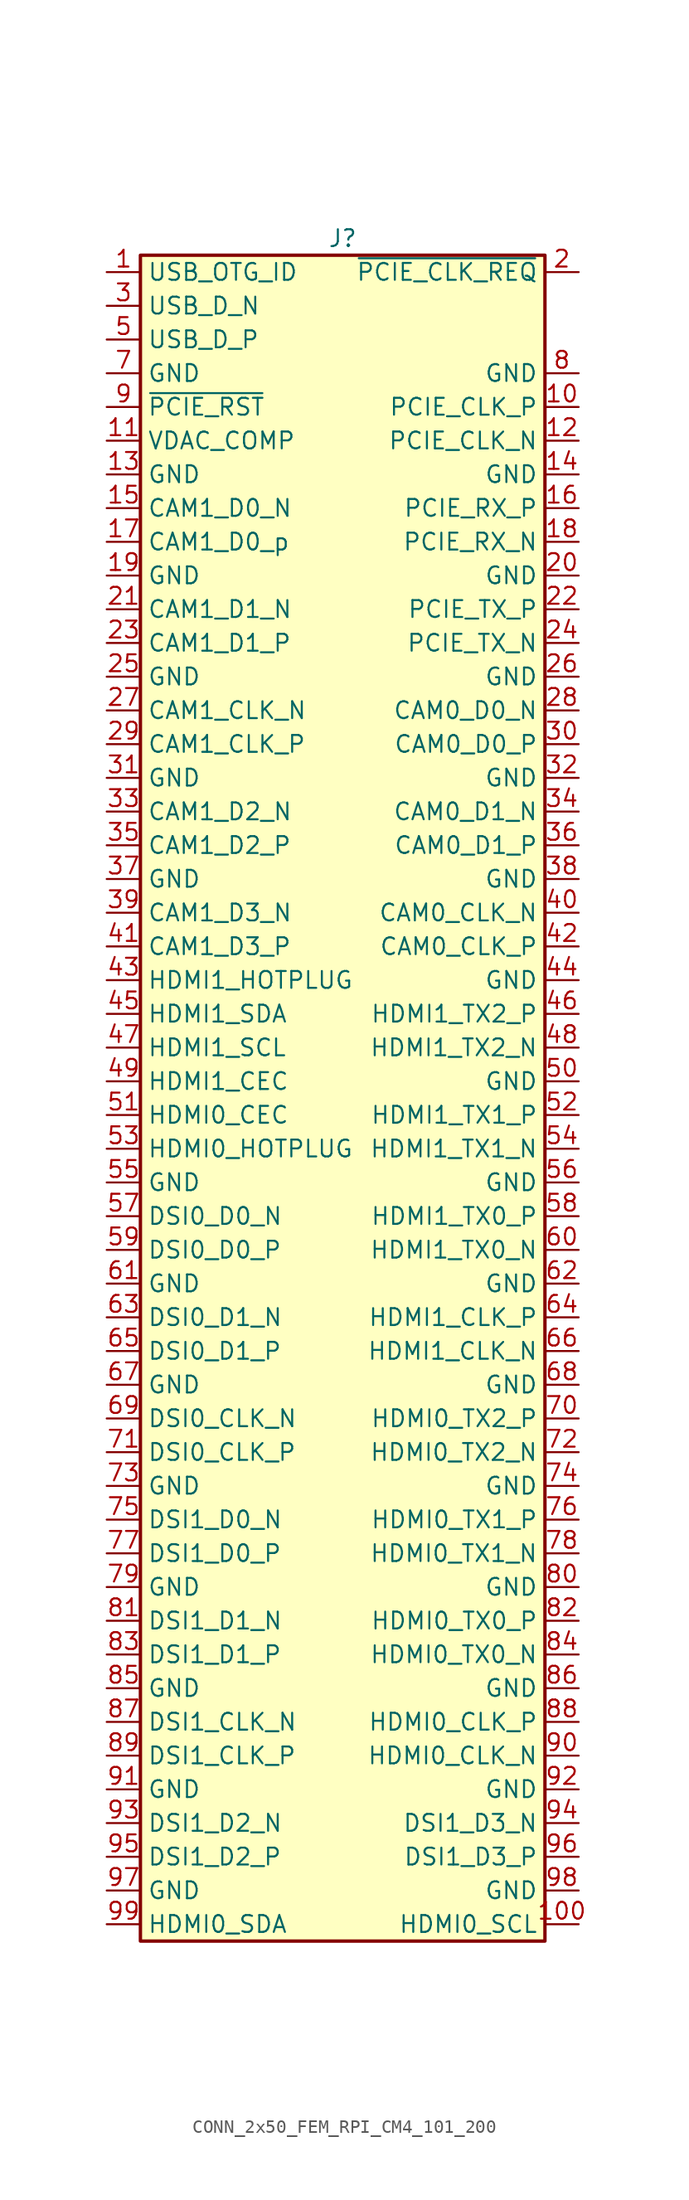
<source format=kicad_sym>
(kicad_symbol_lib
  (version 20211014)
  (generator kicad_symbol_editor)
  (symbol "CONN_2x50_FEM_RPI_CM4_101_200"
    (property "Reference" "J"
      (at 0 63.5 0)
      (effects (font (size 1.27 1.27))))
    (symbol "CONN_2x50_FEM_RPI_CM4_101_200_1_1"
      (rectangle (start -15.24 62.23) (end 15.24 -64.77) (stroke (width 0.254) (type default) (color 0 0 0 0)) (fill (type background)))
      (pin input line (at -17.78 60.96 0) (length 2.54) (name "USB_OTG_ID" (effects (font (size 1.27 1.27)))) (number "1" (effects (font (size 1.27 1.27)))))
      (pin bidirectional line (at 17.78 50.8 180) (length 2.54) (name "PCIE_CLK_P" (effects (font (size 1.27 1.27)))) (number "10" (effects (font (size 1.27 1.27)))))
      (pin output line (at 17.78 -63.5 180) (length 2.54) (name "HDMI0_SCL" (effects (font (size 1.27 1.27)))) (number "100" (effects (font (size 1.27 1.27)))))
      (pin output line (at -17.78 48.26 0) (length 2.54) (name "VDAC_COMP" (effects (font (size 1.27 1.27)))) (number "11" (effects (font (size 1.27 1.27)))))
      (pin bidirectional line (at 17.78 48.26 180) (length 2.54) (name "PCIE_CLK_N" (effects (font (size 1.27 1.27)))) (number "12" (effects (font (size 1.27 1.27)))))
      (pin power_in line (at -17.78 45.72 0) (length 2.54) (name "GND" (effects (font (size 1.27 1.27)))) (number "13" (effects (font (size 1.27 1.27)))))
      (pin power_in line (at 17.78 45.72 180) (length 2.54) (name "GND" (effects (font (size 1.27 1.27)))) (number "14" (effects (font (size 1.27 1.27)))))
      (pin bidirectional line (at -17.78 43.18 0) (length 2.54) (name "CAM1_D0_N" (effects (font (size 1.27 1.27)))) (number "15" (effects (font (size 1.27 1.27)))))
      (pin bidirectional line (at 17.78 43.18 180) (length 2.54) (name "PCIE_RX_P" (effects (font (size 1.27 1.27)))) (number "16" (effects (font (size 1.27 1.27)))))
      (pin bidirectional line (at -17.78 40.64 0) (length 2.54) (name "CAM1_D0_p" (effects (font (size 1.27 1.27)))) (number "17" (effects (font (size 1.27 1.27)))))
      (pin bidirectional line (at 17.78 40.64 180) (length 2.54) (name "PCIE_RX_N" (effects (font (size 1.27 1.27)))) (number "18" (effects (font (size 1.27 1.27)))))
      (pin power_in line (at -17.78 38.1 0) (length 2.54) (name "GND" (effects (font (size 1.27 1.27)))) (number "19" (effects (font (size 1.27 1.27)))))
      (pin input line (at 17.78 60.96 180) (length 2.54) (name "~{PCIE_CLK_REQ}" (effects (font (size 1.27 1.27)))) (number "2" (effects (font (size 1.27 1.27)))))
      (pin power_in line (at 17.78 38.1 180) (length 2.54) (name "GND" (effects (font (size 1.27 1.27)))) (number "20" (effects (font (size 1.27 1.27)))))
      (pin bidirectional line (at -17.78 35.56 0) (length 2.54) (name "CAM1_D1_N" (effects (font (size 1.27 1.27)))) (number "21" (effects (font (size 1.27 1.27)))))
      (pin bidirectional line (at 17.78 35.56 180) (length 2.54) (name "PCIE_TX_P" (effects (font (size 1.27 1.27)))) (number "22" (effects (font (size 1.27 1.27)))))
      (pin bidirectional line (at -17.78 33.02 0) (length 2.54) (name "CAM1_D1_P" (effects (font (size 1.27 1.27)))) (number "23" (effects (font (size 1.27 1.27)))))
      (pin bidirectional line (at 17.78 33.02 180) (length 2.54) (name "PCIE_TX_N" (effects (font (size 1.27 1.27)))) (number "24" (effects (font (size 1.27 1.27)))))
      (pin power_in line (at -17.78 30.48 0) (length 2.54) (name "GND" (effects (font (size 1.27 1.27)))) (number "25" (effects (font (size 1.27 1.27)))))
      (pin power_in line (at 17.78 30.48 180) (length 2.54) (name "GND" (effects (font (size 1.27 1.27)))) (number "26" (effects (font (size 1.27 1.27)))))
      (pin bidirectional line (at -17.78 27.94 0) (length 2.54) (name "CAM1_CLK_N" (effects (font (size 1.27 1.27)))) (number "27" (effects (font (size 1.27 1.27)))))
      (pin bidirectional line (at 17.78 27.94 180) (length 2.54) (name "CAM0_D0_N" (effects (font (size 1.27 1.27)))) (number "28" (effects (font (size 1.27 1.27)))))
      (pin bidirectional line (at -17.78 25.4 0) (length 2.54) (name "CAM1_CLK_P" (effects (font (size 1.27 1.27)))) (number "29" (effects (font (size 1.27 1.27)))))
      (pin bidirectional line (at -17.78 58.42 0) (length 2.54) (name "USB_D_N" (effects (font (size 1.27 1.27)))) (number "3" (effects (font (size 1.27 1.27)))))
      (pin bidirectional line (at 17.78 25.4 180) (length 2.54) (name "CAM0_D0_P" (effects (font (size 1.27 1.27)))) (number "30" (effects (font (size 1.27 1.27)))))
      (pin power_in line (at -17.78 22.86 0) (length 2.54) (name "GND" (effects (font (size 1.27 1.27)))) (number "31" (effects (font (size 1.27 1.27)))))
      (pin power_in line (at 17.78 22.86 180) (length 2.54) (name "GND" (effects (font (size 1.27 1.27)))) (number "32" (effects (font (size 1.27 1.27)))))
      (pin bidirectional line (at -17.78 20.32 0) (length 2.54) (name "CAM1_D2_N" (effects (font (size 1.27 1.27)))) (number "33" (effects (font (size 1.27 1.27)))))
      (pin bidirectional line (at 17.78 20.32 180) (length 2.54) (name "CAM0_D1_N" (effects (font (size 1.27 1.27)))) (number "34" (effects (font (size 1.27 1.27)))))
      (pin bidirectional line (at -17.78 17.78 0) (length 2.54) (name "CAM1_D2_P" (effects (font (size 1.27 1.27)))) (number "35" (effects (font (size 1.27 1.27)))))
      (pin bidirectional line (at 17.78 17.78 180) (length 2.54) (name "CAM0_D1_P" (effects (font (size 1.27 1.27)))) (number "36" (effects (font (size 1.27 1.27)))))
      (pin power_in line (at -17.78 15.24 0) (length 2.54) (name "GND" (effects (font (size 1.27 1.27)))) (number "37" (effects (font (size 1.27 1.27)))))
      (pin power_in line (at 17.78 15.24 180) (length 2.54) (name "GND" (effects (font (size 1.27 1.27)))) (number "38" (effects (font (size 1.27 1.27)))))
      (pin bidirectional line (at -17.78 12.7 0) (length 2.54) (name "CAM1_D3_N" (effects (font (size 1.27 1.27)))) (number "39" (effects (font (size 1.27 1.27)))))
      (pin no_connect line (at 17.78 58.42 180) (length 2.54) hide (name "RESERVED" (effects (font (size 1.27 1.27)))) (number "4" (effects (font (size 1.27 1.27)))))
      (pin bidirectional line (at 17.78 12.7 180) (length 2.54) (name "CAM0_CLK_N" (effects (font (size 1.27 1.27)))) (number "40" (effects (font (size 1.27 1.27)))))
      (pin bidirectional line (at -17.78 10.16 0) (length 2.54) (name "CAM1_D3_P" (effects (font (size 1.27 1.27)))) (number "41" (effects (font (size 1.27 1.27)))))
      (pin bidirectional line (at 17.78 10.16 180) (length 2.54) (name "CAM0_CLK_P" (effects (font (size 1.27 1.27)))) (number "42" (effects (font (size 1.27 1.27)))))
      (pin power_in line (at -17.78 7.62 0) (length 2.54) (name "HDMI1_HOTPLUG" (effects (font (size 1.27 1.27)))) (number "43" (effects (font (size 1.27 1.27)))))
      (pin power_in line (at 17.78 7.62 180) (length 2.54) (name "GND" (effects (font (size 1.27 1.27)))) (number "44" (effects (font (size 1.27 1.27)))))
      (pin bidirectional line (at -17.78 5.08 0) (length 2.54) (name "HDMI1_SDA" (effects (font (size 1.27 1.27)))) (number "45" (effects (font (size 1.27 1.27)))))
      (pin bidirectional line (at 17.78 5.08 180) (length 2.54) (name "HDMI1_TX2_P" (effects (font (size 1.27 1.27)))) (number "46" (effects (font (size 1.27 1.27)))))
      (pin output line (at -17.78 2.54 0) (length 2.54) (name "HDMI1_SCL" (effects (font (size 1.27 1.27)))) (number "47" (effects (font (size 1.27 1.27)))))
      (pin bidirectional line (at 17.78 2.54 180) (length 2.54) (name "HDMI1_TX2_N" (effects (font (size 1.27 1.27)))) (number "48" (effects (font (size 1.27 1.27)))))
      (pin input line (at -17.78 0 0) (length 2.54) (name "HDMI1_CEC" (effects (font (size 1.27 1.27)))) (number "49" (effects (font (size 1.27 1.27)))))
      (pin bidirectional line (at -17.78 55.88 0) (length 2.54) (name "USB_D_P" (effects (font (size 1.27 1.27)))) (number "5" (effects (font (size 1.27 1.27)))))
      (pin power_in line (at 17.78 0 180) (length 2.54) (name "GND" (effects (font (size 1.27 1.27)))) (number "50" (effects (font (size 1.27 1.27)))))
      (pin input line (at -17.78 -2.54 0) (length 2.54) (name "HDMI0_CEC" (effects (font (size 1.27 1.27)))) (number "51" (effects (font (size 1.27 1.27)))))
      (pin bidirectional line (at 17.78 -2.54 180) (length 2.54) (name "HDMI1_TX1_P" (effects (font (size 1.27 1.27)))) (number "52" (effects (font (size 1.27 1.27)))))
      (pin input line (at -17.78 -5.08 0) (length 2.54) (name "HDMI0_HOTPLUG" (effects (font (size 1.27 1.27)))) (number "53" (effects (font (size 1.27 1.27)))))
      (pin bidirectional line (at 17.78 -5.08 180) (length 2.54) (name "HDMI1_TX1_N" (effects (font (size 1.27 1.27)))) (number "54" (effects (font (size 1.27 1.27)))))
      (pin power_in line (at -17.78 -7.62 0) (length 2.54) (name "GND" (effects (font (size 1.27 1.27)))) (number "55" (effects (font (size 1.27 1.27)))))
      (pin power_in line (at 17.78 -7.62 180) (length 2.54) (name "GND" (effects (font (size 1.27 1.27)))) (number "56" (effects (font (size 1.27 1.27)))))
      (pin bidirectional line (at -17.78 -10.16 0) (length 2.54) (name "DSI0_D0_N" (effects (font (size 1.27 1.27)))) (number "57" (effects (font (size 1.27 1.27)))))
      (pin bidirectional line (at 17.78 -10.16 180) (length 2.54) (name "HDMI1_TX0_P" (effects (font (size 1.27 1.27)))) (number "58" (effects (font (size 1.27 1.27)))))
      (pin bidirectional line (at -17.78 -12.7 0) (length 2.54) (name "DSI0_D0_P" (effects (font (size 1.27 1.27)))) (number "59" (effects (font (size 1.27 1.27)))))
      (pin no_connect line (at 17.78 55.88 180) (length 2.54) hide (name "RESERVED" (effects (font (size 1.27 1.27)))) (number "6" (effects (font (size 1.27 1.27)))))
      (pin bidirectional line (at 17.78 -12.7 180) (length 2.54) (name "HDMI1_TX0_N" (effects (font (size 1.27 1.27)))) (number "60" (effects (font (size 1.27 1.27)))))
      (pin power_in line (at -17.78 -15.24 0) (length 2.54) (name "GND" (effects (font (size 1.27 1.27)))) (number "61" (effects (font (size 1.27 1.27)))))
      (pin power_in line (at 17.78 -15.24 180) (length 2.54) (name "GND" (effects (font (size 1.27 1.27)))) (number "62" (effects (font (size 1.27 1.27)))))
      (pin bidirectional line (at -17.78 -17.78 0) (length 2.54) (name "DSI0_D1_N" (effects (font (size 1.27 1.27)))) (number "63" (effects (font (size 1.27 1.27)))))
      (pin bidirectional line (at 17.78 -17.78 180) (length 2.54) (name "HDMI1_CLK_P" (effects (font (size 1.27 1.27)))) (number "64" (effects (font (size 1.27 1.27)))))
      (pin bidirectional line (at -17.78 -20.32 0) (length 2.54) (name "DSI0_D1_P" (effects (font (size 1.27 1.27)))) (number "65" (effects (font (size 1.27 1.27)))))
      (pin bidirectional line (at 17.78 -20.32 180) (length 2.54) (name "HDMI1_CLK_N" (effects (font (size 1.27 1.27)))) (number "66" (effects (font (size 1.27 1.27)))))
      (pin power_in line (at -17.78 -22.86 0) (length 2.54) (name "GND" (effects (font (size 1.27 1.27)))) (number "67" (effects (font (size 1.27 1.27)))))
      (pin power_in line (at 17.78 -22.86 180) (length 2.54) (name "GND" (effects (font (size 1.27 1.27)))) (number "68" (effects (font (size 1.27 1.27)))))
      (pin bidirectional line (at -17.78 -25.4 0) (length 2.54) (name "DSI0_CLK_N" (effects (font (size 1.27 1.27)))) (number "69" (effects (font (size 1.27 1.27)))))
      (pin power_in line (at -17.78 53.34 0) (length 2.54) (name "GND" (effects (font (size 1.27 1.27)))) (number "7" (effects (font (size 1.27 1.27)))))
      (pin bidirectional line (at 17.78 -25.4 180) (length 2.54) (name "HDMI0_TX2_P" (effects (font (size 1.27 1.27)))) (number "70" (effects (font (size 1.27 1.27)))))
      (pin bidirectional line (at -17.78 -27.94 0) (length 2.54) (name "DSI0_CLK_P" (effects (font (size 1.27 1.27)))) (number "71" (effects (font (size 1.27 1.27)))))
      (pin bidirectional line (at 17.78 -27.94 180) (length 2.54) (name "HDMI0_TX2_N" (effects (font (size 1.27 1.27)))) (number "72" (effects (font (size 1.27 1.27)))))
      (pin power_in line (at -17.78 -30.48 0) (length 2.54) (name "GND" (effects (font (size 1.27 1.27)))) (number "73" (effects (font (size 1.27 1.27)))))
      (pin power_in line (at 17.78 -30.48 180) (length 2.54) (name "GND" (effects (font (size 1.27 1.27)))) (number "74" (effects (font (size 1.27 1.27)))))
      (pin bidirectional line (at -17.78 -33.02 0) (length 2.54) (name "DSI1_D0_N" (effects (font (size 1.27 1.27)))) (number "75" (effects (font (size 1.27 1.27)))))
      (pin bidirectional line (at 17.78 -33.02 180) (length 2.54) (name "HDMI0_TX1_P" (effects (font (size 1.27 1.27)))) (number "76" (effects (font (size 1.27 1.27)))))
      (pin bidirectional line (at -17.78 -35.56 0) (length 2.54) (name "DSI1_D0_P" (effects (font (size 1.27 1.27)))) (number "77" (effects (font (size 1.27 1.27)))))
      (pin bidirectional line (at 17.78 -35.56 180) (length 2.54) (name "HDMI0_TX1_N" (effects (font (size 1.27 1.27)))) (number "78" (effects (font (size 1.27 1.27)))))
      (pin power_in line (at -17.78 -38.1 0) (length 2.54) (name "GND" (effects (font (size 1.27 1.27)))) (number "79" (effects (font (size 1.27 1.27)))))
      (pin power_in line (at 17.78 53.34 180) (length 2.54) (name "GND" (effects (font (size 1.27 1.27)))) (number "8" (effects (font (size 1.27 1.27)))))
      (pin power_in line (at 17.78 -38.1 180) (length 2.54) (name "GND" (effects (font (size 1.27 1.27)))) (number "80" (effects (font (size 1.27 1.27)))))
      (pin bidirectional line (at -17.78 -40.64 0) (length 2.54) (name "DSI1_D1_N" (effects (font (size 1.27 1.27)))) (number "81" (effects (font (size 1.27 1.27)))))
      (pin bidirectional line (at 17.78 -40.64 180) (length 2.54) (name "HDMI0_TX0_P" (effects (font (size 1.27 1.27)))) (number "82" (effects (font (size 1.27 1.27)))))
      (pin bidirectional line (at -17.78 -43.18 0) (length 2.54) (name "DSI1_D1_P" (effects (font (size 1.27 1.27)))) (number "83" (effects (font (size 1.27 1.27)))))
      (pin bidirectional line (at 17.78 -43.18 180) (length 2.54) (name "HDMI0_TX0_N" (effects (font (size 1.27 1.27)))) (number "84" (effects (font (size 1.27 1.27)))))
      (pin power_in line (at -17.78 -45.72 0) (length 2.54) (name "GND" (effects (font (size 1.27 1.27)))) (number "85" (effects (font (size 1.27 1.27)))))
      (pin power_in line (at 17.78 -45.72 180) (length 2.54) (name "GND" (effects (font (size 1.27 1.27)))) (number "86" (effects (font (size 1.27 1.27)))))
      (pin bidirectional line (at -17.78 -48.26 0) (length 2.54) (name "DSI1_CLK_N" (effects (font (size 1.27 1.27)))) (number "87" (effects (font (size 1.27 1.27)))))
      (pin bidirectional line (at 17.78 -48.26 180) (length 2.54) (name "HDMI0_CLK_P" (effects (font (size 1.27 1.27)))) (number "88" (effects (font (size 1.27 1.27)))))
      (pin bidirectional line (at -17.78 -50.8 0) (length 2.54) (name "DSI1_CLK_P" (effects (font (size 1.27 1.27)))) (number "89" (effects (font (size 1.27 1.27)))))
      (pin output line (at -17.78 50.8 0) (length 2.54) (name "~{PCIE_RST}" (effects (font (size 1.27 1.27)))) (number "9" (effects (font (size 1.27 1.27)))))
      (pin bidirectional line (at 17.78 -50.8 180) (length 2.54) (name "HDMI0_CLK_N" (effects (font (size 1.27 1.27)))) (number "90" (effects (font (size 1.27 1.27)))))
      (pin power_in line (at -17.78 -53.34 0) (length 2.54) (name "GND" (effects (font (size 1.27 1.27)))) (number "91" (effects (font (size 1.27 1.27)))))
      (pin power_in line (at 17.78 -53.34 180) (length 2.54) (name "GND" (effects (font (size 1.27 1.27)))) (number "92" (effects (font (size 1.27 1.27)))))
      (pin bidirectional line (at -17.78 -55.88 0) (length 2.54) (name "DSI1_D2_N" (effects (font (size 1.27 1.27)))) (number "93" (effects (font (size 1.27 1.27)))))
      (pin bidirectional line (at 17.78 -55.88 180) (length 2.54) (name "DSI1_D3_N" (effects (font (size 1.27 1.27)))) (number "94" (effects (font (size 1.27 1.27)))))
      (pin bidirectional line (at -17.78 -58.42 0) (length 2.54) (name "DSI1_D2_P" (effects (font (size 1.27 1.27)))) (number "95" (effects (font (size 1.27 1.27)))))
      (pin bidirectional line (at 17.78 -58.42 180) (length 2.54) (name "DSI1_D3_P" (effects (font (size 1.27 1.27)))) (number "96" (effects (font (size 1.27 1.27)))))
      (pin power_in line (at -17.78 -60.96 0) (length 2.54) (name "GND" (effects (font (size 1.27 1.27)))) (number "97" (effects (font (size 1.27 1.27)))))
      (pin power_in line (at 17.78 -60.96 180) (length 2.54) (name "GND" (effects (font (size 1.27 1.27)))) (number "98" (effects (font (size 1.27 1.27)))))
      (pin bidirectional line (at -17.78 -63.5 0) (length 2.54) (name "HDMI0_SDA" (effects (font (size 1.27 1.27)))) (number "99" (effects (font (size 1.27 1.27))))))))
</source>
